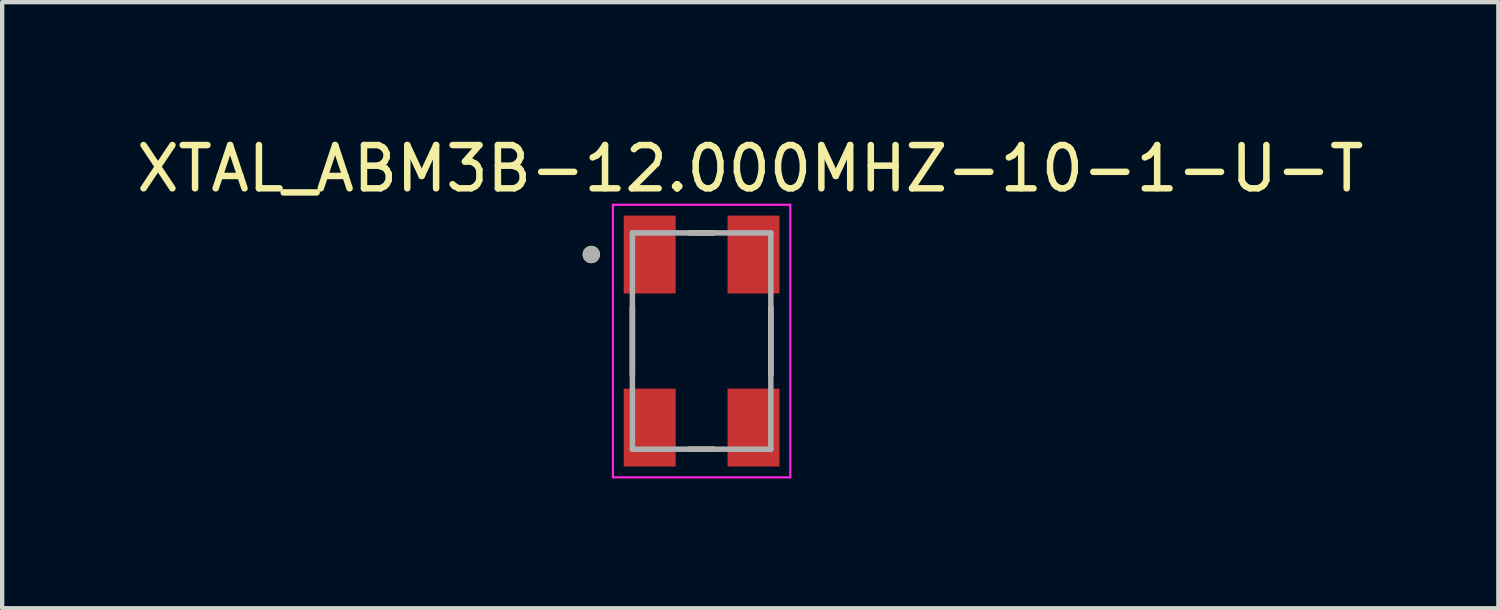
<source format=kicad_pcb>
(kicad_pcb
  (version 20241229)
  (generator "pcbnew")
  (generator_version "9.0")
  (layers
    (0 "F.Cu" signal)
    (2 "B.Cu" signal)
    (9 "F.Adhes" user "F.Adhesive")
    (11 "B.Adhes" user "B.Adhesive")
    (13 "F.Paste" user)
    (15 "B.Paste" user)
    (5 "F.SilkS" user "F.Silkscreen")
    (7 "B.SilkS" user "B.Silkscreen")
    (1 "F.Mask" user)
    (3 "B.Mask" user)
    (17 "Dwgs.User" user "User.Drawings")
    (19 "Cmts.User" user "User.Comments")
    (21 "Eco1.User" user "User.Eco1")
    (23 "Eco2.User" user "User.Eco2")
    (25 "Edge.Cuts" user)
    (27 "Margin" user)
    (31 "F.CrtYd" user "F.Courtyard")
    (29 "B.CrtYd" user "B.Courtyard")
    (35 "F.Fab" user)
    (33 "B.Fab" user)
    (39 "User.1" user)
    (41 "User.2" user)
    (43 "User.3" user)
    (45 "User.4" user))
  (footprint "XTAL_ABM3B-12.000MHZ-10-1-U-T"
    (layer "F.Cu")
    (at 13.167 4.833)
    (property "Reference" "XTAL_ABM3B-12.000MHZ-10-1-U-T" (at 1.125 -3.985 0) (layer "F.SilkS") (effects (font (size 1 1) (thickness 0.15))))
    (attr smd)
    (fp_line (start -1.6 -0.78) (end -1.6 0.78) (stroke (width 0.127) (type solid)) (layer "F.SilkS"))
    (fp_line (start -0.28 -2.5) (end 0.28 -2.5) (stroke (width 0.127) (type solid)) (layer "F.SilkS"))
    (fp_line (start -0.28 2.5) (end 0.28 2.5) (stroke (width 0.127) (type solid)) (layer "F.SilkS"))
    (fp_line (start 1.6 -0.78) (end 1.6 0.78) (stroke (width 0.127) (type solid)) (layer "F.SilkS"))
    (fp_circle (center -2.55 -2) (end -2.45 -2) (stroke (width 0.2) (type solid)) (fill no) (layer "F.SilkS"))
    (fp_line (start -2.05 -3.15) (end -2.05 3.15) (stroke (width 0.05) (type solid)) (layer "F.CrtYd"))
    (fp_line (start -2.05 -3.15) (end 2.05 -3.15) (stroke (width 0.05) (type solid)) (layer "F.CrtYd"))
    (fp_line (start 2.05 -3.15) (end 2.05 3.15) (stroke (width 0.05) (type solid)) (layer "F.CrtYd"))
    (fp_line (start 2.05 3.15) (end -2.05 3.15) (stroke (width 0.05) (type solid)) (layer "F.CrtYd"))
    (fp_line (start -1.6 -2.5) (end -1.6 2.5) (stroke (width 0.127) (type solid)) (layer "F.Fab"))
    (fp_line (start -1.6 -2.5) (end 1.6 -2.5) (stroke (width 0.127) (type solid)) (layer "F.Fab"))
    (fp_line (start 1.6 -2.5) (end 1.6 2.5) (stroke (width 0.127) (type solid)) (layer "F.Fab"))
    (fp_line (start 1.6 2.5) (end -1.6 2.5) (stroke (width 0.127) (type solid)) (layer "F.Fab"))
    (fp_circle (center -2.55 -2) (end -2.45 -2) (stroke (width 0.2) (type solid)) (fill no) (layer "F.Fab"))
    (pad "1" smd rect (at -1.2 -2) (size 1.2 1.8) (layers "F.Cu" "F.Mask" "F.Paste"))
    (pad "2" smd rect (at -1.2 2) (size 1.2 1.8) (layers "F.Cu" "F.Mask" "F.Paste"))
    (pad "3" smd rect (at 1.2 2) (size 1.2 1.8) (layers "F.Cu" "F.Mask" "F.Paste"))
    (pad "4" smd rect (at 1.2 -2) (size 1.2 1.8) (layers "F.Cu" "F.Mask" "F.Paste")))
  (gr_rect
    (start -3 -3)
    (end 31.583 11.008)
    (stroke (width 0.1) (type default))
    (fill no)
    (layer "Edge.Cuts")))
</source>
